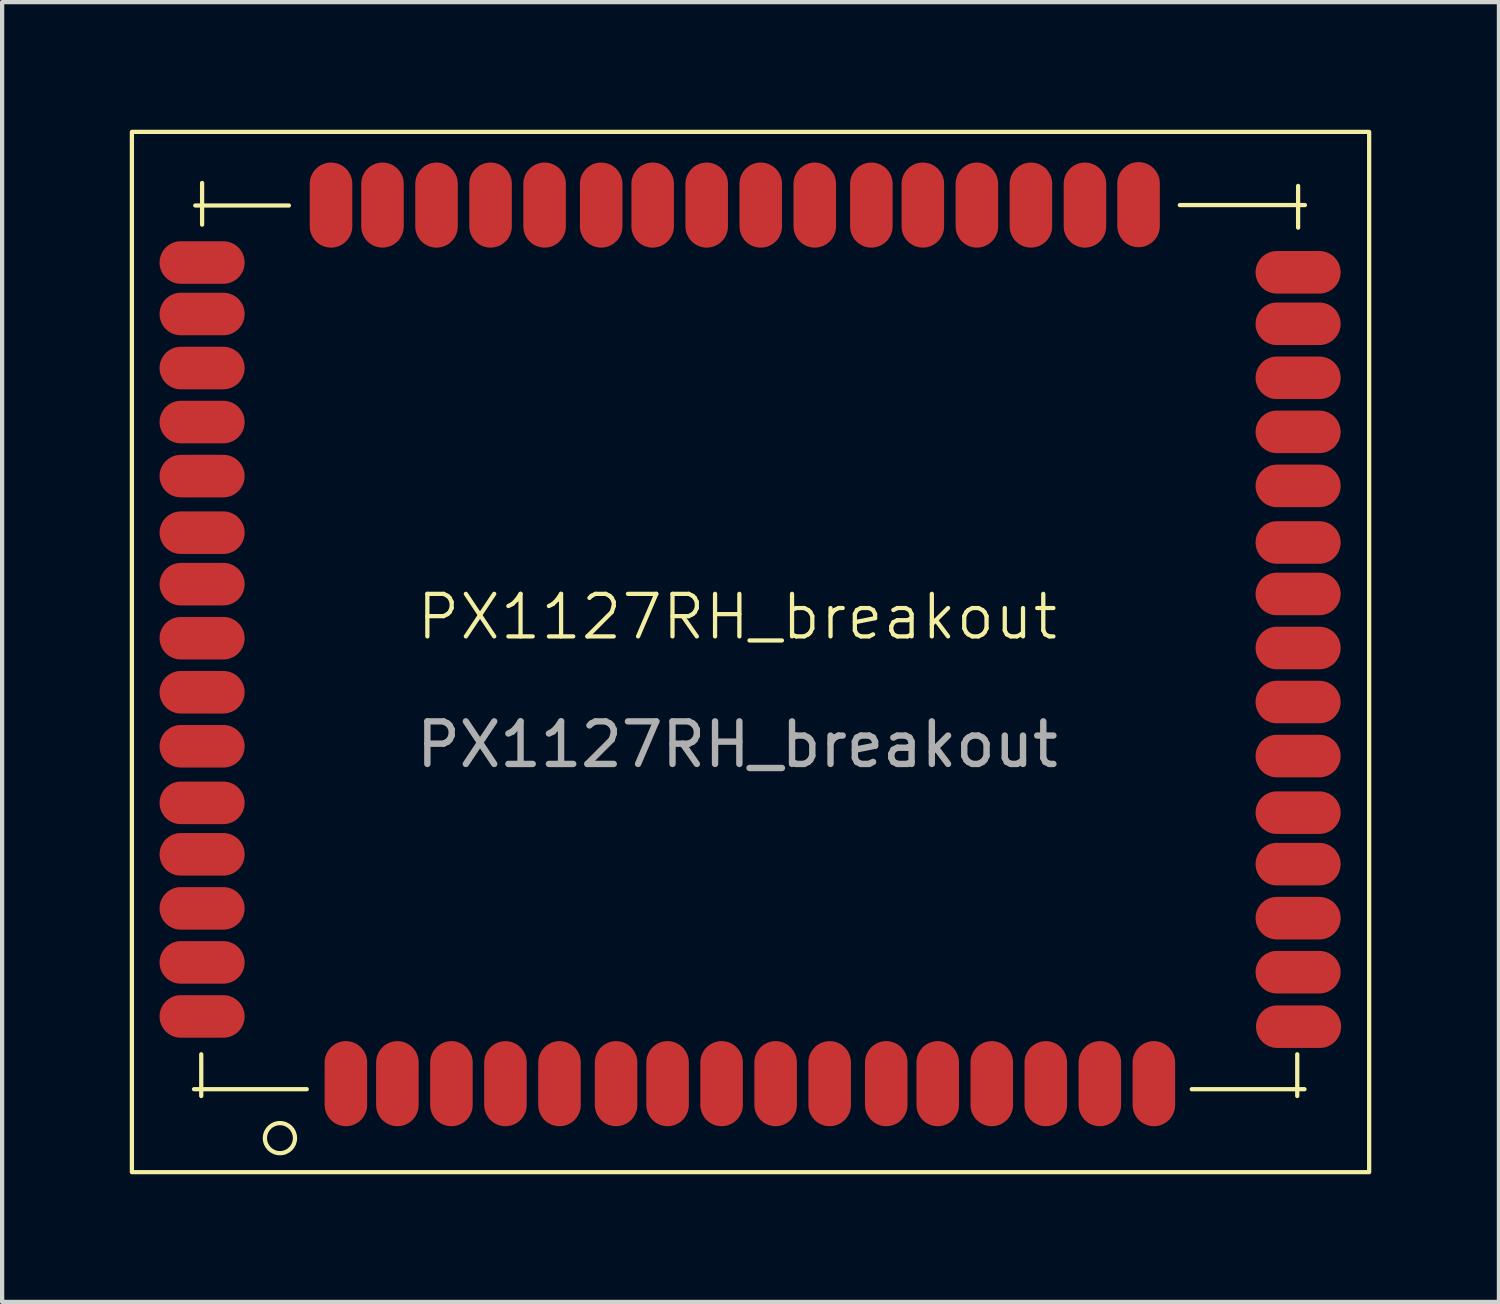
<source format=kicad_pcb>
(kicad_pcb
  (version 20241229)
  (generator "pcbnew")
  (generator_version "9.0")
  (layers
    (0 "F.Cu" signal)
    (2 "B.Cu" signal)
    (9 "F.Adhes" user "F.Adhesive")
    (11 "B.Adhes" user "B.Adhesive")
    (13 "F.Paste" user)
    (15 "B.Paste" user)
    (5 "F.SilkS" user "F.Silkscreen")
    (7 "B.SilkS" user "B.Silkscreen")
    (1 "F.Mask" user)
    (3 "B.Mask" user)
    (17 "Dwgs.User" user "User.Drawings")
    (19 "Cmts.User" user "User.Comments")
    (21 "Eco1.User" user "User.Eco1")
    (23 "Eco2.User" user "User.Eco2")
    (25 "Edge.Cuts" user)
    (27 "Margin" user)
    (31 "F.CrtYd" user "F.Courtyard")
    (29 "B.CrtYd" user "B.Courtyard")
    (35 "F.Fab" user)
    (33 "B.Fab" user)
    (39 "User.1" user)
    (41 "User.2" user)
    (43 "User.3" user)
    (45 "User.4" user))
  (footprint "PX1127RH_breakout"
    (layer "F.Cu")
    (at 14.28 11.95)
    (property "Reference" "PX1127RH_breakout" (at 0 -0.5 0) (unlocked yes) (layer "F.SilkS") (effects (font (size 1 1) (thickness 0.1))))
    (attr smd)
    (fp_line (start -12.77 10.6) (end -10.12 10.6) (stroke (width 0.1) (type default)) (layer "F.SilkS"))
    (fp_line (start -12.74 -10.17) (end -10.54 -10.17) (stroke (width 0.1) (type default)) (layer "F.SilkS"))
    (fp_line (start -12.6 9.78) (end -12.6 10.76) (stroke (width 0.1) (type default)) (layer "F.SilkS"))
    (fp_line (start -12.58 -10.7) (end -12.58 -9.72) (stroke (width 0.1) (type default)) (layer "F.SilkS"))
    (fp_line (start 13.16 9.78) (end 13.16 10.76) (stroke (width 0.1) (type default)) (layer "F.SilkS"))
    (fp_line (start 13.18 -9.65) (end 13.18 -10.63) (stroke (width 0.1) (type default)) (layer "F.SilkS"))
    (fp_line (start 13.33 10.6) (end 10.68 10.6) (stroke (width 0.1) (type default)) (layer "F.SilkS"))
    (fp_line (start 13.34 -10.18) (end 10.4 -10.18) (stroke (width 0.1) (type default)) (layer "F.SilkS"))
    (fp_rect (start -14.23 -11.9) (end 14.85 12.55) (stroke (width 0.1) (type default)) (fill no) (layer "F.SilkS"))
    (fp_circle (center -10.75 11.75) (end -11 11.5) (stroke (width 0.1) (type default)) (fill no) (layer "F.SilkS"))
    (fp_text user "${REFERENCE}" (at 0 2.5 0) (unlocked yes) (layer "F.Fab") (effects (font (size 1 1) (thickness 0.15))))
    (pad "1" smd oval (at -9.2 10.47 180) (size 1 2) (layers "F.Cu" "F.Mask" "F.Paste"))
    (pad "2" smd oval (at -7.99 10.47 180) (size 1 2) (layers "F.Cu" "F.Mask" "F.Paste"))
    (pad "3" smd oval (at -6.72 10.47 180) (size 1 2) (layers "F.Cu" "F.Mask" "F.Paste"))
    (pad "4" smd oval (at -5.45 10.47 180) (size 1 2) (layers "F.Cu" "F.Mask" "F.Paste"))
    (pad "5" smd oval (at -4.18 10.47 180) (size 1 2) (layers "F.Cu" "F.Mask" "F.Paste"))
    (pad "6" smd oval (at -2.85 10.47 180) (size 1 2) (layers "F.Cu" "F.Mask" "F.Paste"))
    (pad "7" smd oval (at -1.64 10.47 180) (size 1 2) (layers "F.Cu" "F.Mask" "F.Paste"))
    (pad "8" smd oval (at -0.37 10.47 180) (size 1 2) (layers "F.Cu" "F.Mask" "F.Paste"))
    (pad "9" smd oval (at 0.9 10.47 180) (size 1 2) (layers "F.Cu" "F.Mask" "F.Paste"))
    (pad "10" smd oval (at 2.17 10.47 180) (size 1 2) (layers "F.Cu" "F.Mask" "F.Paste"))
    (pad "11" smd oval (at 3.5 10.47 180) (size 1 2) (layers "F.Cu" "F.Mask" "F.Paste"))
    (pad "12" smd oval (at 4.71 10.47 180) (size 1 2) (layers "F.Cu" "F.Mask" "F.Paste"))
    (pad "13" smd oval (at 5.98 10.47 180) (size 1 2) (layers "F.Cu" "F.Mask" "F.Paste"))
    (pad "14" smd oval (at 7.25 10.47 180) (size 1 2) (layers "F.Cu" "F.Mask" "F.Paste"))
    (pad "15" smd oval (at 8.52 10.47 180) (size 1 2) (layers "F.Cu" "F.Mask" "F.Paste"))
    (pad "16" smd oval (at 9.79 10.47 180) (size 1 2) (layers "F.Cu" "F.Mask" "F.Paste"))
    (pad "17" smd oval (at 13.19 9.13 90) (size 1 2) (layers "F.Cu" "F.Mask" "F.Paste"))
    (pad "18" smd oval (at 13.18 7.85 90) (size 1 2) (layers "F.Cu" "F.Mask" "F.Paste"))
    (pad "19" smd oval (at 13.18 6.58 90) (size 1 2) (layers "F.Cu" "F.Mask" "F.Paste"))
    (pad "20" smd oval (at 13.18 5.31 90) (size 1 2) (layers "F.Cu" "F.Mask" "F.Paste"))
    (pad "21" smd oval (at 13.18 4.1 90) (size 1 2) (layers "F.Cu" "F.Mask" "F.Paste"))
    (pad "22" smd oval (at 13.18 2.77 90) (size 1 2) (layers "F.Cu" "F.Mask" "F.Paste"))
    (pad "23" smd oval (at 13.18 1.5 90) (size 1 2) (layers "F.Cu" "F.Mask" "F.Paste"))
    (pad "24" smd oval (at 13.18 0.23 90) (size 1 2) (layers "F.Cu" "F.Mask" "F.Paste"))
    (pad "25" smd oval (at 13.18 -1.04 90) (size 1 2) (layers "F.Cu" "F.Mask" "F.Paste"))
    (pad "26" smd oval (at 13.18 -2.25 90) (size 1 2) (layers "F.Cu" "F.Mask" "F.Paste"))
    (pad "27" smd oval (at 13.18 -3.58 90) (size 1 2) (layers "F.Cu" "F.Mask" "F.Paste"))
    (pad "28" smd oval (at 13.18 -4.85 90) (size 1 2) (layers "F.Cu" "F.Mask" "F.Paste"))
    (pad "29" smd oval (at 13.18 -6.12 90) (size 1 2) (layers "F.Cu" "F.Mask" "F.Paste"))
    (pad "30" smd oval (at 13.18 -7.39 90) (size 1 2) (layers "F.Cu" "F.Mask" "F.Paste"))
    (pad "31" smd oval (at 13.18 -8.6 90) (size 1 2) (layers "F.Cu" "F.Mask" "F.Paste"))
    (pad "32" smd oval (at 9.43 -10.19 180) (size 1 2) (layers "F.Cu" "F.Mask" "F.Paste"))
    (pad "33" smd oval (at 8.17 -10.18 180) (size 1 2) (layers "F.Cu" "F.Mask" "F.Paste"))
    (pad "34" smd oval (at 6.9 -10.18 180) (size 1 2) (layers "F.Cu" "F.Mask" "F.Paste"))
    (pad "35" smd oval (at 5.63 -10.18 180) (size 1 2) (layers "F.Cu" "F.Mask" "F.Paste"))
    (pad "36" smd oval (at 4.36 -10.18 180) (size 1 2) (layers "F.Cu" "F.Mask" "F.Paste"))
    (pad "37" smd oval (at 3.15 -10.18 180) (size 1 2) (layers "F.Cu" "F.Mask" "F.Paste"))
    (pad "38" smd oval (at 1.82 -10.18 180) (size 1 2) (layers "F.Cu" "F.Mask" "F.Paste"))
    (pad "39" smd oval (at 0.55 -10.18 180) (size 1 2) (layers "F.Cu" "F.Mask" "F.Paste"))
    (pad "40" smd oval (at -0.72 -10.18 180) (size 1 2) (layers "F.Cu" "F.Mask" "F.Paste"))
    (pad "41" smd oval (at -1.99 -10.18 180) (size 1 2) (layers "F.Cu" "F.Mask" "F.Paste"))
    (pad "42" smd oval (at -3.2 -10.18 180) (size 1 2) (layers "F.Cu" "F.Mask" "F.Paste"))
    (pad "43" smd oval (at -4.53 -10.18 180) (size 1 2) (layers "F.Cu" "F.Mask" "F.Paste"))
    (pad "44" smd oval (at -5.8 -10.18 180) (size 1 2) (layers "F.Cu" "F.Mask" "F.Paste"))
    (pad "45" smd oval (at -7.07 -10.18 180) (size 1 2) (layers "F.Cu" "F.Mask" "F.Paste"))
    (pad "46" smd oval (at -8.34 -10.18 180) (size 1 2) (layers "F.Cu" "F.Mask" "F.Paste"))
    (pad "47" smd oval (at -9.55 -10.18 180) (size 1 2) (layers "F.Cu" "F.Mask" "F.Paste"))
    (pad "48" smd oval (at -12.58 -8.83 90) (size 1 2) (layers "F.Cu" "F.Mask" "F.Paste"))
    (pad "49" smd oval (at -12.58 -7.62 90) (size 1 2) (layers "F.Cu" "F.Mask" "F.Paste"))
    (pad "50" smd oval (at -12.58 -6.35 90) (size 1 2) (layers "F.Cu" "F.Mask" "F.Paste"))
    (pad "51" smd oval (at -12.58 -5.08 90) (size 1 2) (layers "F.Cu" "F.Mask" "F.Paste"))
    (pad "52" smd oval (at -12.58 -3.81 90) (size 1 2) (layers "F.Cu" "F.Mask" "F.Paste"))
    (pad "53" smd oval (at -12.58 -2.48 90) (size 1 2) (layers "F.Cu" "F.Mask" "F.Paste"))
    (pad "54" smd oval (at -12.58 -1.27 90) (size 1 2) (layers "F.Cu" "F.Mask" "F.Paste"))
    (pad "55" smd oval (at -12.58 0 90) (size 1 2) (layers "F.Cu" "F.Mask" "F.Paste"))
    (pad "56" smd oval (at -12.58 1.27 90) (size 1 2) (layers "F.Cu" "F.Mask" "F.Paste"))
    (pad "57" smd oval (at -12.58 2.54 90) (size 1 2) (layers "F.Cu" "F.Mask" "F.Paste"))
    (pad "58" smd oval (at -12.58 3.87 90) (size 1 2) (layers "F.Cu" "F.Mask" "F.Paste"))
    (pad "59" smd oval (at -12.58 5.08 90) (size 1 2) (layers "F.Cu" "F.Mask" "F.Paste"))
    (pad "60" smd oval (at -12.58 6.35 90) (size 1 2) (layers "F.Cu" "F.Mask" "F.Paste"))
    (pad "61" smd oval (at -12.58 7.62 90) (size 1 2) (layers "F.Cu" "F.Mask" "F.Paste"))
    (pad "62" smd oval (at -12.58 8.89 90) (size 1 2) (layers "F.Cu" "F.Mask" "F.Paste")))
  (gr_rect
    (start -3 -3)
    (end 32.18 27.55)
    (stroke (width 0.1) (type default))
    (fill no)
    (layer "Edge.Cuts")))
</source>
